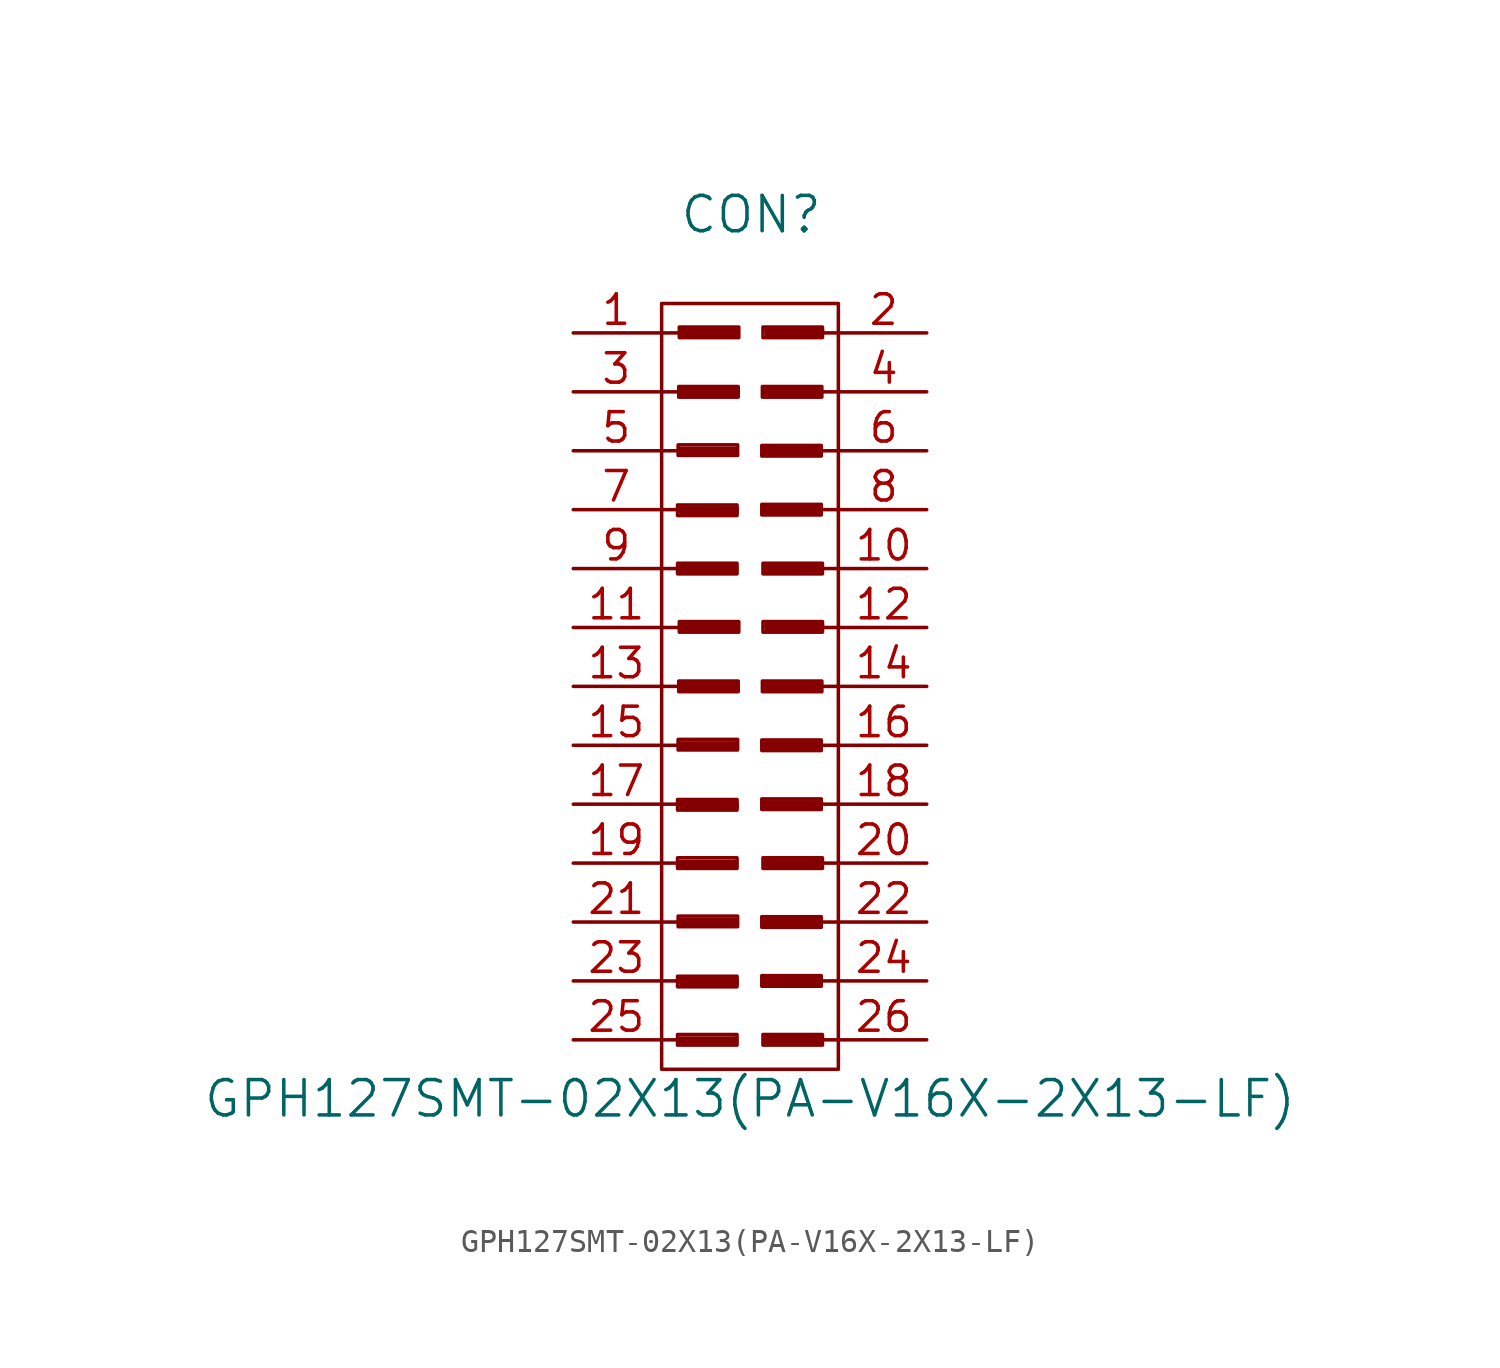
<source format=kicad_sym>
(kicad_symbol_lib
  (version 20211014)
  (generator kicad_symbol_editor)
  (symbol "GPH127SMT-02X13(PA-V16X-2X13-LF)"
    (pin_names
      (offset 1.016) hide)
    (property "Reference" "CON"
      (at 0.051 20.345 0)
      (effects (font (size 1.524 1.524))))
    (property "Value" "GPH127SMT-02X13(PA-V16X-2X13-LF)"
      (at 0 -17.78 0)
      (effects (font (size 1.524 1.524))))
    (property "Footprint" ""
      (at -0.203 8.966 0)
      (effects (font (size 1.524 1.524))))
    (property "Datasheet" ""
      (at -0.203 8.966 0)
      (effects (font (size 1.524 1.524))))
    (symbol "GPH127SMT-02X13(PA-V16X-2X13-LF)_0_0"
      (rectangle (start -3.124 -15.011) (end -0.559 -15.469) (stroke (width 0) (type default) (color 0 0 0 0)) (fill (type none)))
      (rectangle (start -3.124 -12.497) (end -0.559 -12.954) (stroke (width 0) (type default) (color 0 0 0 0)) (fill (type none)))
      (rectangle (start -3.124 -7.391) (end -0.559 -7.849) (stroke (width 0) (type default) (color 0 0 0 0)) (fill (type none)))
      (rectangle (start -3.124 -4.877) (end -0.559 -5.334) (stroke (width 0) (type default) (color 0 0 0 0)) (fill (type none)))
      (rectangle (start -3.124 5.309) (end -0.559 4.851) (stroke (width 0) (type default) (color 0 0 0 0)) (fill (type none)))
      (rectangle (start -3.124 7.823) (end -0.559 7.366) (stroke (width 0) (type default) (color 0 0 0 0)) (fill (type none)))
      (rectangle (start -3.099 -9.906) (end -0.533 -10.363) (stroke (width 0) (type default) (color 0 0 0 0)) (fill (type none)))
      (rectangle (start -3.099 -2.286) (end -0.533 -2.743) (stroke (width 0) (type default) (color 0 0 0 0)) (fill (type none)))
      (rectangle (start -3.099 10.414) (end -0.533 9.957) (stroke (width 0) (type default) (color 0 0 0 0)) (fill (type none)))
      (rectangle (start -3.073 0.229) (end -0.508 -0.229) (stroke (width 0) (type default) (color 0 0 0 0)) (fill (type none)))
      (rectangle (start -3.073 12.929) (end -0.508 12.471) (stroke (width 0) (type default) (color 0 0 0 0)) (fill (type none)))
      (rectangle (start -3.048 2.794) (end -0.483 2.337) (stroke (width 0) (type default) (color 0 0 0 0)) (fill (type none)))
      (rectangle (start -3.048 15.494) (end -0.483 15.037) (stroke (width 0) (type default) (color 0 0 0 0)) (fill (type none)))
      (polyline (pts (xy -3.023 -15.164) (xy -0.584 -15.164) (xy -0.584 -15.392) (xy -2.997 -15.418) (xy -3.023 -15.24) (xy -0.711 -15.24) (xy -0.711 -15.316) (xy -2.997 -15.265)) (stroke (width 0) (type default) (color 0 0 0 0)) (fill (type none)))
      (polyline (pts (xy -3.023 -10.058) (xy -0.584 -10.058) (xy -0.584 -10.287) (xy -2.997 -10.312) (xy -3.023 -10.135) (xy -0.711 -10.135) (xy -0.711 -10.211) (xy -2.997 -10.16)) (stroke (width 0) (type default) (color 0 0 0 0)) (fill (type none)))
      (polyline (pts (xy -3.023 -7.544) (xy -0.584 -7.544) (xy -0.584 -7.772) (xy -2.997 -7.798) (xy -3.023 -7.62) (xy -0.711 -7.62) (xy -0.711 -7.696) (xy -2.997 -7.645)) (stroke (width 0) (type default) (color 0 0 0 0)) (fill (type none)))
      (polyline (pts (xy -3.023 -2.438) (xy -0.584 -2.438) (xy -0.584 -2.667) (xy -2.997 -2.692) (xy -3.023 -2.515) (xy -0.711 -2.515) (xy -0.711 -2.591) (xy -2.997 -2.54)) (stroke (width 0) (type default) (color 0 0 0 0)) (fill (type none)))
      (polyline (pts (xy -3.023 5.156) (xy -0.584 5.156) (xy -0.584 4.928) (xy -2.997 4.902) (xy -3.023 5.08) (xy -0.711 5.08) (xy -0.711 5.004) (xy -2.997 5.055)) (stroke (width 0) (type default) (color 0 0 0 0)) (fill (type none)))
      (polyline (pts (xy -3.023 10.262) (xy -0.584 10.262) (xy -0.584 10.033) (xy -2.997 10.008) (xy -3.023 10.185) (xy -0.711 10.185) (xy -0.711 10.109) (xy -2.997 10.16)) (stroke (width 0) (type default) (color 0 0 0 0)) (fill (type none)))
      (polyline (pts (xy -2.997 -12.624) (xy -0.559 -12.624) (xy -0.559 -12.852) (xy -2.972 -12.878) (xy -2.997 -12.7) (xy -0.686 -12.7) (xy -0.686 -12.776) (xy -2.972 -12.725)) (stroke (width 0) (type default) (color 0 0 0 0)) (fill (type none)))
      (polyline (pts (xy -2.997 -5.004) (xy -0.559 -5.004) (xy -0.559 -5.232) (xy -2.972 -5.258) (xy -2.997 -5.08) (xy -0.686 -5.08) (xy -0.686 -5.156) (xy -2.972 -5.105)) (stroke (width 0) (type default) (color 0 0 0 0)) (fill (type none)))
      (polyline (pts (xy -2.997 7.696) (xy -0.559 7.696) (xy -0.559 7.468) (xy -2.972 7.442) (xy -2.997 7.62) (xy -0.686 7.62) (xy -0.686 7.544) (xy -2.972 7.595)) (stroke (width 0) (type default) (color 0 0 0 0)) (fill (type none)))
      (polyline (pts (xy -2.972 0.127) (xy -0.533 0.127) (xy -0.533 -0.102) (xy -2.946 -0.127) (xy -2.972 0.051) (xy -0.66 0.051) (xy -0.66 -0.025) (xy -2.946 0.025)) (stroke (width 0) (type default) (color 0 0 0 0)) (fill (type none)))
      (polyline (pts (xy -2.972 12.827) (xy -0.533 12.827) (xy -0.533 12.598) (xy -2.946 12.573) (xy -2.972 12.751) (xy -0.66 12.751) (xy -0.66 12.675) (xy -2.946 12.725)) (stroke (width 0) (type default) (color 0 0 0 0)) (fill (type none)))
      (polyline (pts (xy -2.946 2.692) (xy -0.508 2.692) (xy -0.508 2.464) (xy -2.921 2.438) (xy -2.946 2.616) (xy -0.635 2.616) (xy -0.635 2.54) (xy -2.921 2.591)) (stroke (width 0) (type default) (color 0 0 0 0)) (fill (type none)))
      (polyline (pts (xy -2.946 15.392) (xy -0.508 15.392) (xy -0.508 15.164) (xy -2.921 15.138) (xy -2.946 15.316) (xy -0.635 15.316) (xy -0.635 15.24) (xy -2.921 15.291)) (stroke (width 0) (type default) (color 0 0 0 0)) (fill (type none)))
      (polyline (pts (xy 0.559 -10.058) (xy 2.997 -10.058) (xy 2.997 -10.287) (xy 0.584 -10.312) (xy 0.559 -10.135) (xy 2.87 -10.135) (xy 2.87 -10.211) (xy 0.584 -10.16)) (stroke (width 0) (type default) (color 0 0 0 0)) (fill (type none)))
      (polyline (pts (xy 0.559 -2.438) (xy 2.997 -2.438) (xy 2.997 -2.667) (xy 0.584 -2.692) (xy 0.559 -2.515) (xy 2.87 -2.515) (xy 2.87 -2.591) (xy 0.584 -2.54)) (stroke (width 0) (type default) (color 0 0 0 0)) (fill (type none)))
      (polyline (pts (xy 0.559 10.262) (xy 2.997 10.262) (xy 2.997 10.033) (xy 0.584 10.008) (xy 0.559 10.185) (xy 2.87 10.185) (xy 2.87 10.109) (xy 0.584 10.16)) (stroke (width 0) (type default) (color 0 0 0 0)) (fill (type none)))
      (polyline (pts (xy 0.584 -12.598) (xy 3.023 -12.598) (xy 3.023 -12.827) (xy 0.61 -12.852) (xy 0.584 -12.675) (xy 2.896 -12.675) (xy 2.896 -12.751) (xy 0.61 -12.7)) (stroke (width 0) (type default) (color 0 0 0 0)) (fill (type none)))
      (polyline (pts (xy 0.584 -4.978) (xy 3.023 -4.978) (xy 3.023 -5.207) (xy 0.61 -5.232) (xy 0.584 -5.055) (xy 2.896 -5.055) (xy 2.896 -5.131) (xy 0.61 -5.08)) (stroke (width 0) (type default) (color 0 0 0 0)) (fill (type none)))
      (polyline (pts (xy 0.584 0.127) (xy 3.023 0.127) (xy 3.023 -0.102) (xy 0.61 -0.127) (xy 0.584 0.051) (xy 2.896 0.051) (xy 2.896 -0.025) (xy 0.61 0.025)) (stroke (width 0) (type default) (color 0 0 0 0)) (fill (type none)))
      (polyline (pts (xy 0.584 7.722) (xy 3.023 7.722) (xy 3.023 7.493) (xy 0.61 7.468) (xy 0.584 7.645) (xy 2.896 7.645) (xy 2.896 7.569) (xy 0.61 7.62)) (stroke (width 0) (type default) (color 0 0 0 0)) (fill (type none)))
      (polyline (pts (xy 0.584 12.827) (xy 3.023 12.827) (xy 3.023 12.598) (xy 0.61 12.573) (xy 0.584 12.751) (xy 2.896 12.751) (xy 2.896 12.675) (xy 0.61 12.725)) (stroke (width 0) (type default) (color 0 0 0 0)) (fill (type none)))
      (polyline (pts (xy 0.635 -15.113) (xy 3.073 -15.113) (xy 3.073 -15.342) (xy 0.66 -15.367) (xy 0.635 -15.189) (xy 2.946 -15.189) (xy 2.946 -15.265) (xy 0.66 -15.215)) (stroke (width 0) (type default) (color 0 0 0 0)) (fill (type none)))
      (polyline (pts (xy 0.635 -7.493) (xy 3.073 -7.493) (xy 3.073 -7.722) (xy 0.66 -7.747) (xy 0.635 -7.569) (xy 2.946 -7.569) (xy 2.946 -7.645) (xy 0.66 -7.595)) (stroke (width 0) (type default) (color 0 0 0 0)) (fill (type none)))
      (polyline (pts (xy 0.635 5.207) (xy 3.073 5.207) (xy 3.073 4.978) (xy 0.66 4.953) (xy 0.635 5.131) (xy 2.946 5.131) (xy 2.946 5.055) (xy 0.66 5.105)) (stroke (width 0) (type default) (color 0 0 0 0)) (fill (type none)))
      (polyline (pts (xy 0.686 2.692) (xy 3.124 2.692) (xy 3.124 2.464) (xy 0.711 2.438) (xy 0.686 2.616) (xy 2.997 2.616) (xy 2.997 2.54) (xy 0.711 2.591)) (stroke (width 0) (type default) (color 0 0 0 0)) (fill (type none)))
      (polyline (pts (xy 0.686 15.392) (xy 3.124 15.392) (xy 3.124 15.164) (xy 0.711 15.138) (xy 0.686 15.316) (xy 2.997 15.316) (xy 2.997 15.24) (xy 0.711 15.291)) (stroke (width 0) (type default) (color 0 0 0 0)) (fill (type none)))
      (rectangle (start 0.508 -12.471) (end 3.073 -12.929) (stroke (width 0) (type default) (color 0 0 0 0)) (fill (type none)))
      (rectangle (start 0.508 -9.931) (end 3.073 -10.389) (stroke (width 0) (type default) (color 0 0 0 0)) (fill (type none)))
      (rectangle (start 0.508 -4.851) (end 3.073 -5.309) (stroke (width 0) (type default) (color 0 0 0 0)) (fill (type none)))
      (rectangle (start 0.508 -2.311) (end 3.073 -2.769) (stroke (width 0) (type default) (color 0 0 0 0)) (fill (type none)))
      (rectangle (start 0.508 7.849) (end 3.073 7.391) (stroke (width 0) (type default) (color 0 0 0 0)) (fill (type none)))
      (rectangle (start 0.508 10.389) (end 3.073 9.931) (stroke (width 0) (type default) (color 0 0 0 0)) (fill (type none)))
      (rectangle (start 0.533 0.229) (end 3.099 -0.229) (stroke (width 0) (type default) (color 0 0 0 0)) (fill (type none)))
      (rectangle (start 0.533 12.929) (end 3.099 12.471) (stroke (width 0) (type default) (color 0 0 0 0)) (fill (type none)))
      (rectangle (start 0.559 -15.011) (end 3.124 -15.469) (stroke (width 0) (type default) (color 0 0 0 0)) (fill (type none)))
      (rectangle (start 0.559 -7.391) (end 3.124 -7.849) (stroke (width 0) (type default) (color 0 0 0 0)) (fill (type none)))
      (rectangle (start 0.559 2.794) (end 3.124 2.337) (stroke (width 0) (type default) (color 0 0 0 0)) (fill (type none)))
      (rectangle (start 0.559 5.309) (end 3.124 4.851) (stroke (width 0) (type default) (color 0 0 0 0)) (fill (type none)))
      (rectangle (start 0.559 15.494) (end 3.124 15.037) (stroke (width 0) (type default) (color 0 0 0 0)) (fill (type none))))
    (symbol "GPH127SMT-02X13(PA-V16X-2X13-LF)_0_1"
      (rectangle (start -3.81 16.51) (end 3.81 -16.51) (stroke (width 0) (type default) (color 0 0 0 0)) (fill (type none)))
      (polyline (pts (xy -3.81 -15.24) (xy -3.048 -15.24)) (stroke (width 0) (type default) (color 0 0 0 0)) (fill (type none)))
      (polyline (pts (xy -3.81 -12.7) (xy -3.048 -12.7)) (stroke (width 0) (type default) (color 0 0 0 0)) (fill (type none)))
      (polyline (pts (xy -3.81 -10.16) (xy -3.048 -10.16)) (stroke (width 0) (type default) (color 0 0 0 0)) (fill (type none)))
      (polyline (pts (xy -3.81 -7.62) (xy -3.048 -7.62)) (stroke (width 0) (type default) (color 0 0 0 0)) (fill (type none)))
      (polyline (pts (xy -3.81 -5.08) (xy -3.048 -5.08)) (stroke (width 0) (type default) (color 0 0 0 0)) (fill (type none)))
      (polyline (pts (xy -3.81 -2.54) (xy -3.048 -2.54)) (stroke (width 0) (type default) (color 0 0 0 0)) (fill (type none)))
      (polyline (pts (xy -3.81 0) (xy -3.048 0)) (stroke (width 0) (type default) (color 0 0 0 0)) (fill (type none)))
      (polyline (pts (xy -3.81 2.54) (xy -3.048 2.54)) (stroke (width 0) (type default) (color 0 0 0 0)) (fill (type none)))
      (polyline (pts (xy -3.81 5.08) (xy -3.048 5.08)) (stroke (width 0) (type default) (color 0 0 0 0)) (fill (type none)))
      (polyline (pts (xy -3.81 7.62) (xy -3.048 7.62)) (stroke (width 0) (type default) (color 0 0 0 0)) (fill (type none)))
      (polyline (pts (xy -3.81 10.16) (xy -3.048 10.16)) (stroke (width 0) (type default) (color 0 0 0 0)) (fill (type none)))
      (polyline (pts (xy -3.81 12.7) (xy -3.048 12.7)) (stroke (width 0) (type default) (color 0 0 0 0)) (fill (type none)))
      (polyline (pts (xy -3.81 15.24) (xy -3.048 15.24)) (stroke (width 0) (type default) (color 0 0 0 0)) (fill (type none)))
      (polyline (pts (xy 3.81 -15.24) (xy 3.048 -15.24)) (stroke (width 0) (type default) (color 0 0 0 0)) (fill (type none)))
      (polyline (pts (xy 3.81 -12.7) (xy 3.048 -12.7)) (stroke (width 0) (type default) (color 0 0 0 0)) (fill (type none)))
      (polyline (pts (xy 3.81 -10.16) (xy 3.048 -10.16)) (stroke (width 0) (type default) (color 0 0 0 0)) (fill (type none)))
      (polyline (pts (xy 3.81 -7.62) (xy 3.048 -7.62)) (stroke (width 0) (type default) (color 0 0 0 0)) (fill (type none)))
      (polyline (pts (xy 3.81 -5.08) (xy 3.048 -5.08)) (stroke (width 0) (type default) (color 0 0 0 0)) (fill (type none)))
      (polyline (pts (xy 3.81 -2.54) (xy 3.048 -2.54)) (stroke (width 0) (type default) (color 0 0 0 0)) (fill (type none)))
      (polyline (pts (xy 3.81 0) (xy 3.048 0)) (stroke (width 0) (type default) (color 0 0 0 0)) (fill (type none)))
      (polyline (pts (xy 3.81 2.54) (xy 3.048 2.54)) (stroke (width 0) (type default) (color 0 0 0 0)) (fill (type none)))
      (polyline (pts (xy 3.81 5.08) (xy 3.048 5.08)) (stroke (width 0) (type default) (color 0 0 0 0)) (fill (type none)))
      (polyline (pts (xy 3.81 7.62) (xy 3.048 7.62)) (stroke (width 0) (type default) (color 0 0 0 0)) (fill (type none)))
      (polyline (pts (xy 3.81 10.16) (xy 3.048 10.16)) (stroke (width 0) (type default) (color 0 0 0 0)) (fill (type none)))
      (polyline (pts (xy 3.81 12.7) (xy 3.048 12.7)) (stroke (width 0) (type default) (color 0 0 0 0)) (fill (type none)))
      (polyline (pts (xy 3.81 15.24) (xy 3.048 15.24)) (stroke (width 0) (type default) (color 0 0 0 0)) (fill (type none))))
    (symbol "GPH127SMT-02X13(PA-V16X-2X13-LF)_1_1"
      (pin passive line (at -7.62 15.24 0) (length 3.708) (name "1" (effects (font (size 1.27 1.27)))) (number "1" (effects (font (size 1.27 1.27)))))
      (pin passive line (at 7.62 5.08 180) (length 3.708) (name "10" (effects (font (size 1.27 1.27)))) (number "10" (effects (font (size 1.27 1.27)))))
      (pin passive line (at -7.62 2.54 0) (length 3.708) (name "11" (effects (font (size 1.27 1.27)))) (number "11" (effects (font (size 1.27 1.27)))))
      (pin passive line (at 7.62 2.54 180) (length 3.708) (name "12" (effects (font (size 1.27 1.27)))) (number "12" (effects (font (size 1.27 1.27)))))
      (pin passive line (at -7.62 0 0) (length 3.708) (name "13" (effects (font (size 1.27 1.27)))) (number "13" (effects (font (size 1.27 1.27)))))
      (pin passive line (at 7.62 0 180) (length 3.708) (name "14" (effects (font (size 1.27 1.27)))) (number "14" (effects (font (size 1.27 1.27)))))
      (pin passive line (at -7.62 -2.54 0) (length 3.708) (name "15" (effects (font (size 1.27 1.27)))) (number "15" (effects (font (size 1.27 1.27)))))
      (pin passive line (at 7.62 -2.54 180) (length 3.708) (name "16" (effects (font (size 1.27 1.27)))) (number "16" (effects (font (size 1.27 1.27)))))
      (pin passive line (at -7.62 -5.08 0) (length 3.708) (name "17" (effects (font (size 1.27 1.27)))) (number "17" (effects (font (size 1.27 1.27)))))
      (pin passive line (at 7.62 -5.08 180) (length 3.708) (name "18" (effects (font (size 1.27 1.27)))) (number "18" (effects (font (size 1.27 1.27)))))
      (pin passive line (at -7.62 -7.62 0) (length 3.708) (name "19" (effects (font (size 1.27 1.27)))) (number "19" (effects (font (size 1.27 1.27)))))
      (pin passive line (at 7.62 15.24 180) (length 3.708) (name "2" (effects (font (size 1.27 1.27)))) (number "2" (effects (font (size 1.27 1.27)))))
      (pin passive line (at 7.62 -7.62 180) (length 3.708) (name "20" (effects (font (size 1.27 1.27)))) (number "20" (effects (font (size 1.27 1.27)))))
      (pin passive line (at -7.62 -10.16 0) (length 3.708) (name "21" (effects (font (size 1.27 1.27)))) (number "21" (effects (font (size 1.27 1.27)))))
      (pin passive line (at 7.62 -10.16 180) (length 3.708) (name "22" (effects (font (size 1.27 1.27)))) (number "22" (effects (font (size 1.27 1.27)))))
      (pin passive line (at -7.62 -12.7 0) (length 3.708) (name "23" (effects (font (size 1.27 1.27)))) (number "23" (effects (font (size 1.27 1.27)))))
      (pin passive line (at 7.62 -12.7 180) (length 3.708) (name "24" (effects (font (size 1.27 1.27)))) (number "24" (effects (font (size 1.27 1.27)))))
      (pin passive line (at -7.62 -15.24 0) (length 3.708) (name "25" (effects (font (size 1.27 1.27)))) (number "25" (effects (font (size 1.27 1.27)))))
      (pin passive line (at 7.62 -15.24 180) (length 3.708) (name "26" (effects (font (size 1.27 1.27)))) (number "26" (effects (font (size 1.27 1.27)))))
      (pin passive line (at -7.62 12.7 0) (length 3.708) (name "3" (effects (font (size 1.27 1.27)))) (number "3" (effects (font (size 1.27 1.27)))))
      (pin passive line (at 7.62 12.7 180) (length 3.708) (name "4" (effects (font (size 1.27 1.27)))) (number "4" (effects (font (size 1.27 1.27)))))
      (pin passive line (at -7.62 10.16 0) (length 3.708) (name "5" (effects (font (size 1.27 1.27)))) (number "5" (effects (font (size 1.27 1.27)))))
      (pin passive line (at 7.62 10.16 180) (length 3.708) (name "6" (effects (font (size 1.27 1.27)))) (number "6" (effects (font (size 1.27 1.27)))))
      (pin passive line (at -7.62 7.62 0) (length 3.708) (name "7" (effects (font (size 1.27 1.27)))) (number "7" (effects (font (size 1.27 1.27)))))
      (pin passive line (at 7.62 7.62 180) (length 3.708) (name "8" (effects (font (size 1.27 1.27)))) (number "8" (effects (font (size 1.27 1.27)))))
      (pin passive line (at -7.62 5.08 0) (length 3.708) (name "9" (effects (font (size 1.27 1.27)))) (number "9" (effects (font (size 1.27 1.27))))))))
</source>
